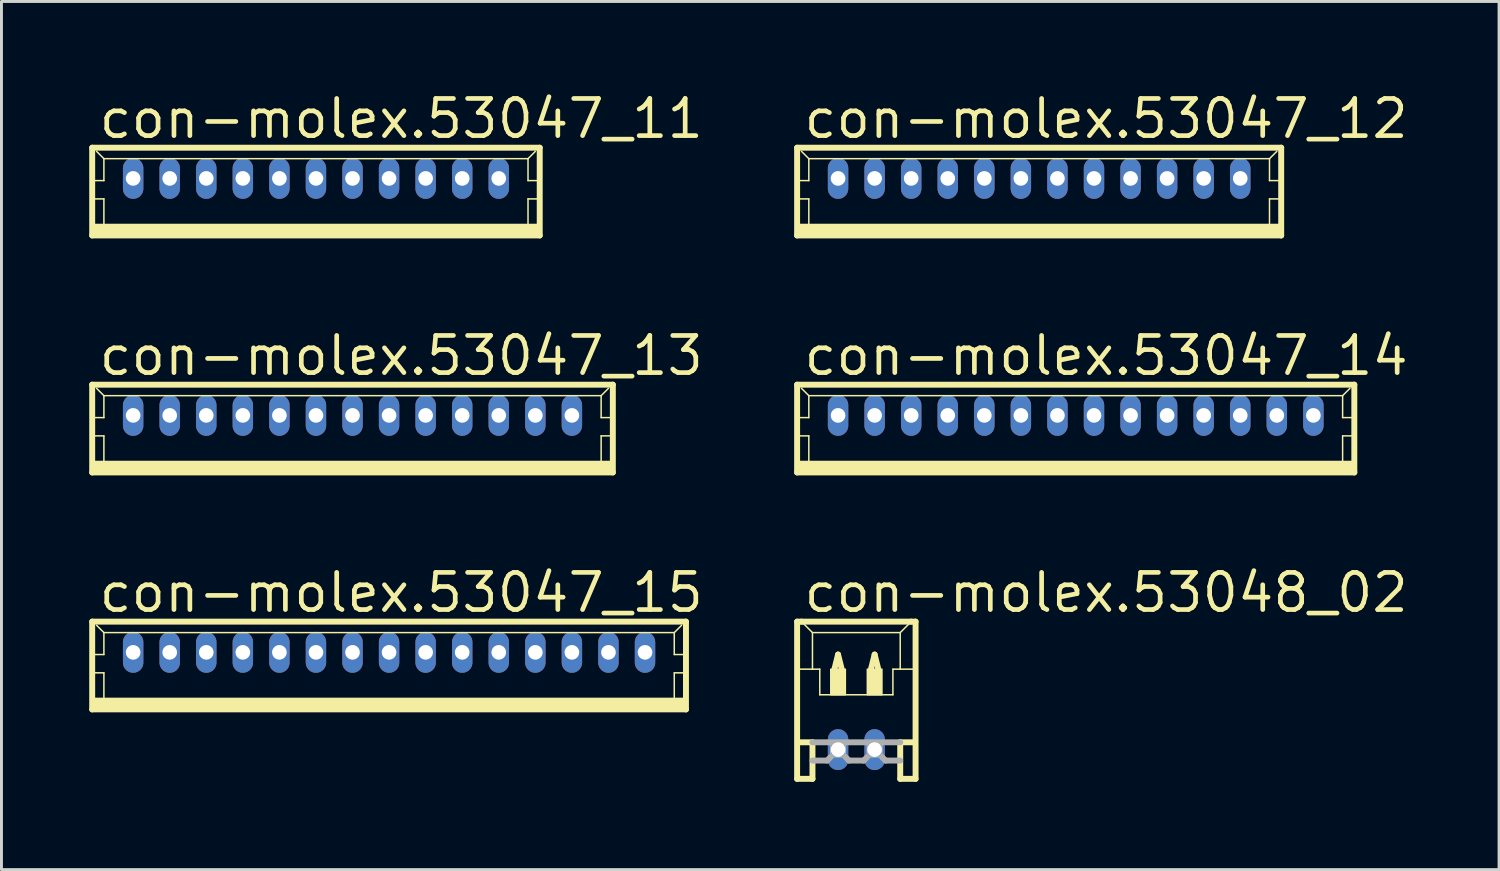
<source format=kicad_pcb>
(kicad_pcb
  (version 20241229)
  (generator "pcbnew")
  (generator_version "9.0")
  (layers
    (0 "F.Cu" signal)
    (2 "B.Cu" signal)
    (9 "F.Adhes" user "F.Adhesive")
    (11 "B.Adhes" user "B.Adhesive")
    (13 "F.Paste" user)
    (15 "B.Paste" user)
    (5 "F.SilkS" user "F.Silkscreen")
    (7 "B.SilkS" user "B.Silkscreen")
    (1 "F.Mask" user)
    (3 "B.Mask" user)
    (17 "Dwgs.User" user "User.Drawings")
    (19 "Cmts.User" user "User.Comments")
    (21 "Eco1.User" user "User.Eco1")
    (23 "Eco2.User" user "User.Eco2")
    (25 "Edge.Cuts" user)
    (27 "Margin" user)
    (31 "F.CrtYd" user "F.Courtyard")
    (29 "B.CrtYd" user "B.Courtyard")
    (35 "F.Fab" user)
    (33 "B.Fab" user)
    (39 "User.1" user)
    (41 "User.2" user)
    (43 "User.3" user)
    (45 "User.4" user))
  (footprint "con-molex.53047_13"
    (layer "F.Cu")
    (at 9.002 11.602)
    (property "Reference" "con-molex.53047_13" (at -8.75 -1.75 0) (layer "F.SilkS") (effects (font (size 1.27 1.27) (thickness 0.16)) (justify left bottom)))
    (attr through_hole)
    (fp_line (start -8.9 -1.5) (end -8.9 1.5) (stroke (width 0.203) (type default)) (layer "F.SilkS"))
    (fp_line (start -8.9 1.5) (end 8.9 1.5) (stroke (width 0.203) (type default)) (layer "F.SilkS"))
    (fp_line (start -8.875 -0.375) (end -8.5 -0.375) (stroke (width 0.051) (type default)) (layer "F.SilkS"))
    (fp_line (start -8.875 0.25) (end -8.5 0.25) (stroke (width 0.051) (type default)) (layer "F.SilkS"))
    (fp_line (start -8.5 -1.125) (end -8.75 -1.375) (stroke (width 0.051) (type default)) (layer "F.SilkS"))
    (fp_line (start -8.5 -1.125) (end 8.5 -1.125) (stroke (width 0.051) (type default)) (layer "F.SilkS"))
    (fp_line (start -8.5 -0.375) (end -8.5 -1.125) (stroke (width 0.051) (type default)) (layer "F.SilkS"))
    (fp_line (start -8.5 0.25) (end -8.5 1.25) (stroke (width 0.051) (type default)) (layer "F.SilkS"))
    (fp_line (start 8.5 -1.125) (end 8.5 -0.375) (stroke (width 0.051) (type default)) (layer "F.SilkS"))
    (fp_line (start 8.5 -1.125) (end 8.75 -1.375) (stroke (width 0.051) (type default)) (layer "F.SilkS"))
    (fp_line (start 8.5 -0.375) (end 8.875 -0.375) (stroke (width 0.051) (type default)) (layer "F.SilkS"))
    (fp_line (start 8.5 0.25) (end 8.5 1.25) (stroke (width 0.051) (type default)) (layer "F.SilkS"))
    (fp_line (start 8.5 0.25) (end 8.875 0.25) (stroke (width 0.051) (type default)) (layer "F.SilkS"))
    (fp_line (start 8.9 -1.5) (end -8.9 -1.5) (stroke (width 0.203) (type default)) (layer "F.SilkS"))
    (fp_line (start 8.9 1.5) (end 8.9 -1.5) (stroke (width 0.203) (type default)) (layer "F.SilkS"))
    (fp_rect (start -8.875 1.5) (end 8.875 1.125) (stroke (width 0.05) (type default)) (fill yes) (layer "F.SilkS"))
    (pad "1" thru_hole oval (at 7.5 -0.45 90) (size 1.397 0.698) (drill 0.5) (layers "*.Cu" "*.Mask"))
    (pad "2" thru_hole oval (at 6.25 -0.45 90) (size 1.397 0.698) (drill 0.5) (layers "*.Cu" "*.Mask"))
    (pad "3" thru_hole oval (at 5 -0.45 90) (size 1.397 0.698) (drill 0.5) (layers "*.Cu" "*.Mask"))
    (pad "4" thru_hole oval (at 3.75 -0.45 90) (size 1.397 0.698) (drill 0.5) (layers "*.Cu" "*.Mask"))
    (pad "5" thru_hole oval (at 2.5 -0.45 90) (size 1.397 0.698) (drill 0.5) (layers "*.Cu" "*.Mask"))
    (pad "6" thru_hole oval (at 1.25 -0.45 90) (size 1.397 0.698) (drill 0.5) (layers "*.Cu" "*.Mask"))
    (pad "7" thru_hole oval (at 0 -0.45 90) (size 1.397 0.698) (drill 0.5) (layers "*.Cu" "*.Mask"))
    (pad "8" thru_hole oval (at -1.25 -0.45 90) (size 1.397 0.698) (drill 0.5) (layers "*.Cu" "*.Mask"))
    (pad "9" thru_hole oval (at -2.5 -0.45 90) (size 1.397 0.698) (drill 0.5) (layers "*.Cu" "*.Mask"))
    (pad "10" thru_hole oval (at -3.75 -0.45 90) (size 1.397 0.698) (drill 0.5) (layers "*.Cu" "*.Mask"))
    (pad "11" thru_hole oval (at -5 -0.45 90) (size 1.397 0.698) (drill 0.5) (layers "*.Cu" "*.Mask"))
    (pad "12" thru_hole oval (at -6.25 -0.45 90) (size 1.397 0.698) (drill 0.5) (layers "*.Cu" "*.Mask"))
    (pad "13" thru_hole oval (at -7.5 -0.45 90) (size 1.397 0.698) (drill 0.5) (layers "*.Cu" "*.Mask")))
  (footprint "con-molex.53047_12"
    (layer "F.Cu")
    (at 32.477 3.5)
    (property "Reference" "con-molex.53047_12" (at -8.125 -1.75 0) (layer "F.SilkS") (effects (font (size 1.27 1.27) (thickness 0.16)) (justify left bottom)))
    (attr through_hole)
    (fp_line (start -8.275 -1.5) (end -8.275 1.5) (stroke (width 0.203) (type default)) (layer "F.SilkS"))
    (fp_line (start -8.275 1.5) (end 8.275 1.5) (stroke (width 0.203) (type default)) (layer "F.SilkS"))
    (fp_line (start -8.25 -0.375) (end -7.875 -0.375) (stroke (width 0.051) (type default)) (layer "F.SilkS"))
    (fp_line (start -8.25 0.25) (end -7.875 0.25) (stroke (width 0.051) (type default)) (layer "F.SilkS"))
    (fp_line (start -7.875 -1.125) (end -8.125 -1.375) (stroke (width 0.051) (type default)) (layer "F.SilkS"))
    (fp_line (start -7.875 -1.125) (end 7.875 -1.125) (stroke (width 0.051) (type default)) (layer "F.SilkS"))
    (fp_line (start -7.875 -0.375) (end -7.875 -1.125) (stroke (width 0.051) (type default)) (layer "F.SilkS"))
    (fp_line (start -7.875 0.25) (end -7.875 1.25) (stroke (width 0.051) (type default)) (layer "F.SilkS"))
    (fp_line (start 7.875 -1.125) (end 7.875 -0.375) (stroke (width 0.051) (type default)) (layer "F.SilkS"))
    (fp_line (start 7.875 -1.125) (end 8.125 -1.375) (stroke (width 0.051) (type default)) (layer "F.SilkS"))
    (fp_line (start 7.875 -0.375) (end 8.25 -0.375) (stroke (width 0.051) (type default)) (layer "F.SilkS"))
    (fp_line (start 7.875 0.25) (end 7.875 1.25) (stroke (width 0.051) (type default)) (layer "F.SilkS"))
    (fp_line (start 7.875 0.25) (end 8.25 0.25) (stroke (width 0.051) (type default)) (layer "F.SilkS"))
    (fp_line (start 8.275 -1.5) (end -8.275 -1.5) (stroke (width 0.203) (type default)) (layer "F.SilkS"))
    (fp_line (start 8.275 1.5) (end 8.275 -1.5) (stroke (width 0.203) (type default)) (layer "F.SilkS"))
    (fp_rect (start -8.25 1.5) (end 8.25 1.125) (stroke (width 0.05) (type default)) (fill yes) (layer "F.SilkS"))
    (pad "1" thru_hole oval (at 6.875 -0.45 90) (size 1.397 0.698) (drill 0.5) (layers "*.Cu" "*.Mask"))
    (pad "2" thru_hole oval (at 5.625 -0.45 90) (size 1.397 0.698) (drill 0.5) (layers "*.Cu" "*.Mask"))
    (pad "3" thru_hole oval (at 4.375 -0.45 90) (size 1.397 0.698) (drill 0.5) (layers "*.Cu" "*.Mask"))
    (pad "4" thru_hole oval (at 3.125 -0.45 90) (size 1.397 0.698) (drill 0.5) (layers "*.Cu" "*.Mask"))
    (pad "5" thru_hole oval (at 1.875 -0.45 90) (size 1.397 0.698) (drill 0.5) (layers "*.Cu" "*.Mask"))
    (pad "6" thru_hole oval (at 0.625 -0.45 90) (size 1.397 0.698) (drill 0.5) (layers "*.Cu" "*.Mask"))
    (pad "7" thru_hole oval (at -0.625 -0.45 90) (size 1.397 0.698) (drill 0.5) (layers "*.Cu" "*.Mask"))
    (pad "8" thru_hole oval (at -1.875 -0.45 90) (size 1.397 0.698) (drill 0.5) (layers "*.Cu" "*.Mask"))
    (pad "9" thru_hole oval (at -3.125 -0.45 90) (size 1.397 0.698) (drill 0.5) (layers "*.Cu" "*.Mask"))
    (pad "10" thru_hole oval (at -4.375 -0.45 90) (size 1.397 0.698) (drill 0.5) (layers "*.Cu" "*.Mask"))
    (pad "11" thru_hole oval (at -5.625 -0.45 90) (size 1.397 0.698) (drill 0.5) (layers "*.Cu" "*.Mask"))
    (pad "12" thru_hole oval (at -6.875 -0.45 90) (size 1.397 0.698) (drill 0.5) (layers "*.Cu" "*.Mask")))
  (footprint "con-molex.53047_14"
    (layer "F.Cu")
    (at 33.727 11.602)
    (property "Reference" "con-molex.53047_14" (at -9.375 -1.75 0) (layer "F.SilkS") (effects (font (size 1.27 1.27) (thickness 0.16)) (justify left bottom)))
    (attr through_hole)
    (fp_line (start -9.525 -1.5) (end -9.525 1.5) (stroke (width 0.203) (type default)) (layer "F.SilkS"))
    (fp_line (start -9.525 1.5) (end 9.525 1.5) (stroke (width 0.203) (type default)) (layer "F.SilkS"))
    (fp_line (start -9.5 -0.375) (end -9.125 -0.375) (stroke (width 0.051) (type default)) (layer "F.SilkS"))
    (fp_line (start -9.5 0.25) (end -9.125 0.25) (stroke (width 0.051) (type default)) (layer "F.SilkS"))
    (fp_line (start -9.125 -1.125) (end -9.375 -1.375) (stroke (width 0.051) (type default)) (layer "F.SilkS"))
    (fp_line (start -9.125 -1.125) (end 9.125 -1.125) (stroke (width 0.051) (type default)) (layer "F.SilkS"))
    (fp_line (start -9.125 -0.375) (end -9.125 -1.125) (stroke (width 0.051) (type default)) (layer "F.SilkS"))
    (fp_line (start -9.125 0.25) (end -9.125 1.25) (stroke (width 0.051) (type default)) (layer "F.SilkS"))
    (fp_line (start 9.125 -1.125) (end 9.125 -0.375) (stroke (width 0.051) (type default)) (layer "F.SilkS"))
    (fp_line (start 9.125 -1.125) (end 9.375 -1.375) (stroke (width 0.051) (type default)) (layer "F.SilkS"))
    (fp_line (start 9.125 -0.375) (end 9.5 -0.375) (stroke (width 0.051) (type default)) (layer "F.SilkS"))
    (fp_line (start 9.125 0.25) (end 9.125 1.25) (stroke (width 0.051) (type default)) (layer "F.SilkS"))
    (fp_line (start 9.125 0.25) (end 9.5 0.25) (stroke (width 0.051) (type default)) (layer "F.SilkS"))
    (fp_line (start 9.525 -1.5) (end -9.525 -1.5) (stroke (width 0.203) (type default)) (layer "F.SilkS"))
    (fp_line (start 9.525 1.5) (end 9.525 -1.5) (stroke (width 0.203) (type default)) (layer "F.SilkS"))
    (fp_rect (start -9.5 1.5) (end 9.5 1.125) (stroke (width 0.05) (type default)) (fill yes) (layer "F.SilkS"))
    (pad "1" thru_hole oval (at 8.125 -0.45 90) (size 1.397 0.698) (drill 0.5) (layers "*.Cu" "*.Mask"))
    (pad "2" thru_hole oval (at 6.875 -0.45 90) (size 1.397 0.698) (drill 0.5) (layers "*.Cu" "*.Mask"))
    (pad "3" thru_hole oval (at 5.625 -0.45 90) (size 1.397 0.698) (drill 0.5) (layers "*.Cu" "*.Mask"))
    (pad "4" thru_hole oval (at 4.375 -0.45 90) (size 1.397 0.698) (drill 0.5) (layers "*.Cu" "*.Mask"))
    (pad "5" thru_hole oval (at 3.125 -0.45 90) (size 1.397 0.698) (drill 0.5) (layers "*.Cu" "*.Mask"))
    (pad "6" thru_hole oval (at 1.875 -0.45 90) (size 1.397 0.698) (drill 0.5) (layers "*.Cu" "*.Mask"))
    (pad "7" thru_hole oval (at 0.625 -0.45 90) (size 1.397 0.698) (drill 0.5) (layers "*.Cu" "*.Mask"))
    (pad "8" thru_hole oval (at -0.625 -0.45 90) (size 1.397 0.698) (drill 0.5) (layers "*.Cu" "*.Mask"))
    (pad "9" thru_hole oval (at -1.875 -0.45 90) (size 1.397 0.698) (drill 0.5) (layers "*.Cu" "*.Mask"))
    (pad "10" thru_hole oval (at -3.125 -0.45 90) (size 1.397 0.698) (drill 0.5) (layers "*.Cu" "*.Mask"))
    (pad "11" thru_hole oval (at -4.375 -0.45 90) (size 1.397 0.698) (drill 0.5) (layers "*.Cu" "*.Mask"))
    (pad "12" thru_hole oval (at -5.625 -0.45 90) (size 1.397 0.698) (drill 0.5) (layers "*.Cu" "*.Mask"))
    (pad "13" thru_hole oval (at -6.875 -0.45 90) (size 1.397 0.698) (drill 0.5) (layers "*.Cu" "*.Mask"))
    (pad "14" thru_hole oval (at -8.125 -0.45 90) (size 1.397 0.698) (drill 0.5) (layers "*.Cu" "*.Mask")))
  (footprint "con-molex.53047_15"
    (layer "F.Cu")
    (at 10.252 19.703)
    (property "Reference" "con-molex.53047_15" (at -10 -1.75 0) (layer "F.SilkS") (effects (font (size 1.27 1.27) (thickness 0.16)) (justify left bottom)))
    (attr through_hole)
    (fp_line (start -10.15 -1.5) (end -10.15 1.5) (stroke (width 0.203) (type default)) (layer "F.SilkS"))
    (fp_line (start -10.15 1.5) (end 10.15 1.5) (stroke (width 0.203) (type default)) (layer "F.SilkS"))
    (fp_line (start -10.125 -0.375) (end -9.75 -0.375) (stroke (width 0.051) (type default)) (layer "F.SilkS"))
    (fp_line (start -10.125 0.25) (end -9.75 0.25) (stroke (width 0.051) (type default)) (layer "F.SilkS"))
    (fp_line (start -9.75 -1.125) (end -10 -1.375) (stroke (width 0.051) (type default)) (layer "F.SilkS"))
    (fp_line (start -9.75 -1.125) (end 9.75 -1.125) (stroke (width 0.051) (type default)) (layer "F.SilkS"))
    (fp_line (start -9.75 -0.375) (end -9.75 -1.125) (stroke (width 0.051) (type default)) (layer "F.SilkS"))
    (fp_line (start -9.75 0.25) (end -9.75 1.25) (stroke (width 0.051) (type default)) (layer "F.SilkS"))
    (fp_line (start 9.75 -1.125) (end 9.75 -0.375) (stroke (width 0.051) (type default)) (layer "F.SilkS"))
    (fp_line (start 9.75 -1.125) (end 10 -1.375) (stroke (width 0.051) (type default)) (layer "F.SilkS"))
    (fp_line (start 9.75 -0.375) (end 10.125 -0.375) (stroke (width 0.051) (type default)) (layer "F.SilkS"))
    (fp_line (start 9.75 0.25) (end 9.75 1.25) (stroke (width 0.051) (type default)) (layer "F.SilkS"))
    (fp_line (start 9.75 0.25) (end 10.125 0.25) (stroke (width 0.051) (type default)) (layer "F.SilkS"))
    (fp_line (start 10.15 -1.5) (end -10.15 -1.5) (stroke (width 0.203) (type default)) (layer "F.SilkS"))
    (fp_line (start 10.15 1.5) (end 10.15 -1.5) (stroke (width 0.203) (type default)) (layer "F.SilkS"))
    (fp_rect (start -10.125 1.5) (end 10.125 1.125) (stroke (width 0.05) (type default)) (fill yes) (layer "F.SilkS"))
    (pad "1" thru_hole oval (at 8.75 -0.45 90) (size 1.397 0.698) (drill 0.5) (layers "*.Cu" "*.Mask"))
    (pad "2" thru_hole oval (at 7.5 -0.45 90) (size 1.397 0.698) (drill 0.5) (layers "*.Cu" "*.Mask"))
    (pad "3" thru_hole oval (at 6.25 -0.45 90) (size 1.397 0.698) (drill 0.5) (layers "*.Cu" "*.Mask"))
    (pad "4" thru_hole oval (at 5 -0.45 90) (size 1.397 0.698) (drill 0.5) (layers "*.Cu" "*.Mask"))
    (pad "5" thru_hole oval (at 3.75 -0.45 90) (size 1.397 0.698) (drill 0.5) (layers "*.Cu" "*.Mask"))
    (pad "6" thru_hole oval (at 2.5 -0.45 90) (size 1.397 0.698) (drill 0.5) (layers "*.Cu" "*.Mask"))
    (pad "7" thru_hole oval (at 1.25 -0.45 90) (size 1.397 0.698) (drill 0.5) (layers "*.Cu" "*.Mask"))
    (pad "8" thru_hole oval (at 0 -0.45 90) (size 1.397 0.698) (drill 0.5) (layers "*.Cu" "*.Mask"))
    (pad "9" thru_hole oval (at -1.25 -0.45 90) (size 1.397 0.698) (drill 0.5) (layers "*.Cu" "*.Mask"))
    (pad "10" thru_hole oval (at -2.5 -0.45 90) (size 1.397 0.698) (drill 0.5) (layers "*.Cu" "*.Mask"))
    (pad "11" thru_hole oval (at -3.75 -0.45 90) (size 1.397 0.698) (drill 0.5) (layers "*.Cu" "*.Mask"))
    (pad "12" thru_hole oval (at -5 -0.45 90) (size 1.397 0.698) (drill 0.5) (layers "*.Cu" "*.Mask"))
    (pad "13" thru_hole oval (at -6.25 -0.45 90) (size 1.397 0.698) (drill 0.5) (layers "*.Cu" "*.Mask"))
    (pad "14" thru_hole oval (at -7.5 -0.45 90) (size 1.397 0.698) (drill 0.5) (layers "*.Cu" "*.Mask"))
    (pad "15" thru_hole oval (at -8.75 -0.45 90) (size 1.397 0.698) (drill 0.5) (layers "*.Cu" "*.Mask")))
  (footprint "con-molex.53047_11"
    (layer "F.Cu")
    (at 7.752 3.5)
    (property "Reference" "con-molex.53047_11" (at -7.5 -1.75 0) (layer "F.SilkS") (effects (font (size 1.27 1.27) (thickness 0.16)) (justify left bottom)))
    (attr through_hole)
    (fp_line (start -7.65 -1.5) (end -7.65 1.5) (stroke (width 0.203) (type default)) (layer "F.SilkS"))
    (fp_line (start -7.65 1.5) (end 7.65 1.5) (stroke (width 0.203) (type default)) (layer "F.SilkS"))
    (fp_line (start -7.625 -0.375) (end -7.25 -0.375) (stroke (width 0.051) (type default)) (layer "F.SilkS"))
    (fp_line (start -7.625 0.25) (end -7.25 0.25) (stroke (width 0.051) (type default)) (layer "F.SilkS"))
    (fp_line (start -7.25 -1.125) (end -7.5 -1.375) (stroke (width 0.051) (type default)) (layer "F.SilkS"))
    (fp_line (start -7.25 -1.125) (end 7.25 -1.125) (stroke (width 0.051) (type default)) (layer "F.SilkS"))
    (fp_line (start -7.25 -0.375) (end -7.25 -1.125) (stroke (width 0.051) (type default)) (layer "F.SilkS"))
    (fp_line (start -7.25 0.25) (end -7.25 1.25) (stroke (width 0.051) (type default)) (layer "F.SilkS"))
    (fp_line (start 7.25 -1.125) (end 7.25 -0.375) (stroke (width 0.051) (type default)) (layer "F.SilkS"))
    (fp_line (start 7.25 -1.125) (end 7.5 -1.375) (stroke (width 0.051) (type default)) (layer "F.SilkS"))
    (fp_line (start 7.25 -0.375) (end 7.625 -0.375) (stroke (width 0.051) (type default)) (layer "F.SilkS"))
    (fp_line (start 7.25 0.25) (end 7.25 1.25) (stroke (width 0.051) (type default)) (layer "F.SilkS"))
    (fp_line (start 7.25 0.25) (end 7.625 0.25) (stroke (width 0.051) (type default)) (layer "F.SilkS"))
    (fp_line (start 7.65 -1.5) (end -7.65 -1.5) (stroke (width 0.203) (type default)) (layer "F.SilkS"))
    (fp_line (start 7.65 1.5) (end 7.65 -1.5) (stroke (width 0.203) (type default)) (layer "F.SilkS"))
    (fp_rect (start -7.625 1.5) (end 7.625 1.125) (stroke (width 0.05) (type default)) (fill yes) (layer "F.SilkS"))
    (pad "1" thru_hole oval (at 6.25 -0.45 90) (size 1.397 0.698) (drill 0.5) (layers "*.Cu" "*.Mask"))
    (pad "2" thru_hole oval (at 5 -0.45 90) (size 1.397 0.698) (drill 0.5) (layers "*.Cu" "*.Mask"))
    (pad "3" thru_hole oval (at 3.75 -0.45 90) (size 1.397 0.698) (drill 0.5) (layers "*.Cu" "*.Mask"))
    (pad "4" thru_hole oval (at 2.5 -0.45 90) (size 1.397 0.698) (drill 0.5) (layers "*.Cu" "*.Mask"))
    (pad "5" thru_hole oval (at 1.25 -0.45 90) (size 1.397 0.698) (drill 0.5) (layers "*.Cu" "*.Mask"))
    (pad "6" thru_hole oval (at 0 -0.45 90) (size 1.397 0.698) (drill 0.5) (layers "*.Cu" "*.Mask"))
    (pad "7" thru_hole oval (at -1.25 -0.45 90) (size 1.397 0.698) (drill 0.5) (layers "*.Cu" "*.Mask"))
    (pad "8" thru_hole oval (at -2.5 -0.45 90) (size 1.397 0.698) (drill 0.5) (layers "*.Cu" "*.Mask"))
    (pad "9" thru_hole oval (at -3.75 -0.45 90) (size 1.397 0.698) (drill 0.5) (layers "*.Cu" "*.Mask"))
    (pad "10" thru_hole oval (at -5 -0.45 90) (size 1.397 0.698) (drill 0.5) (layers "*.Cu" "*.Mask"))
    (pad "11" thru_hole oval (at -6.25 -0.45 90) (size 1.397 0.698) (drill 0.5) (layers "*.Cu" "*.Mask")))
  (footprint "con-molex.53048_02"
    (layer "F.Cu")
    (at 26.227 21.328)
    (property "Reference" "con-molex.53048_02" (at -1.875 -3.375 0) (layer "F.SilkS") (effects (font (size 1.27 1.27) (thickness 0.16)) (justify left bottom)))
    (attr through_hole)
    (fp_line (start -2.025 -3.125) (end -2.025 2.25) (stroke (width 0.203) (type default)) (layer "F.SilkS"))
    (fp_line (start -2.025 2.25) (end -1.5 2.25) (stroke (width 0.203) (type default)) (layer "F.SilkS"))
    (fp_line (start -2 -1.5) (end -1.5 -1.5) (stroke (width 0.051) (type default)) (layer "F.SilkS"))
    (fp_line (start -2 1) (end -1.5 1) (stroke (width 0.203) (type default)) (layer "F.SilkS"))
    (fp_line (start -1.875 -3.125) (end -2.025 -3.125) (stroke (width 0.203) (type default)) (layer "F.SilkS"))
    (fp_line (start -1.5 -2.75) (end -1.875 -3.125) (stroke (width 0.051) (type default)) (layer "F.SilkS"))
    (fp_line (start -1.5 -2.75) (end 1.5 -2.75) (stroke (width 0.051) (type default)) (layer "F.SilkS"))
    (fp_line (start -1.5 -1.5) (end -1.5 -2.75) (stroke (width 0.051) (type default)) (layer "F.SilkS"))
    (fp_line (start -1.5 -1.5) (end -1.25 -1.5) (stroke (width 0.051) (type default)) (layer "F.SilkS"))
    (fp_line (start -1.5 1) (end -1.5 2.25) (stroke (width 0.203) (type default)) (layer "F.SilkS"))
    (fp_line (start -1.25 -1.5) (end -1.25 -0.625) (stroke (width 0.051) (type default)) (layer "F.SilkS"))
    (fp_line (start -1.25 -0.625) (end 1.25 -0.625) (stroke (width 0.051) (type default)) (layer "F.SilkS"))
    (fp_line (start -0.75 -1.5) (end -0.625 -2) (stroke (width 0.203) (type default)) (layer "F.SilkS"))
    (fp_line (start -0.625 -2) (end -0.5 -1.5) (stroke (width 0.203) (type default)) (layer "F.SilkS"))
    (fp_line (start 0.5 -1.5) (end 0.625 -2) (stroke (width 0.203) (type default)) (layer "F.SilkS"))
    (fp_line (start 0.625 -2) (end 0.75 -1.5) (stroke (width 0.203) (type default)) (layer "F.SilkS"))
    (fp_line (start 1.25 -1.5) (end 1.25 -0.625) (stroke (width 0.051) (type default)) (layer "F.SilkS"))
    (fp_line (start 1.25 -1.5) (end 1.5 -1.5) (stroke (width 0.051) (type default)) (layer "F.SilkS"))
    (fp_line (start 1.5 -2.75) (end 1.5 -1.5) (stroke (width 0.051) (type default)) (layer "F.SilkS"))
    (fp_line (start 1.5 -2.75) (end 1.875 -3.125) (stroke (width 0.051) (type default)) (layer "F.SilkS"))
    (fp_line (start 1.5 -1.5) (end 2 -1.5) (stroke (width 0.051) (type default)) (layer "F.SilkS"))
    (fp_line (start 1.5 1) (end 1.5 2.25) (stroke (width 0.203) (type default)) (layer "F.SilkS"))
    (fp_line (start 1.5 1) (end 2 1) (stroke (width 0.203) (type default)) (layer "F.SilkS"))
    (fp_line (start 1.5 2.25) (end 2.025 2.25) (stroke (width 0.203) (type default)) (layer "F.SilkS"))
    (fp_line (start 1.875 -3.125) (end -1.875 -3.125) (stroke (width 0.203) (type default)) (layer "F.SilkS"))
    (fp_line (start 2.025 -3.125) (end 1.875 -3.125) (stroke (width 0.203) (type default)) (layer "F.SilkS"))
    (fp_line (start 2.025 2.25) (end 2.025 -3.125) (stroke (width 0.203) (type default)) (layer "F.SilkS"))
    (fp_rect (start -0.875 -0.625) (end -0.375 -1.5) (stroke (width 0.05) (type default)) (fill yes) (layer "F.SilkS"))
    (fp_rect (start 0.375 -0.625) (end 0.875 -1.5) (stroke (width 0.05) (type default)) (fill yes) (layer "F.SilkS"))
    (fp_line (start -1.5 1) (end 1.5 1) (stroke (width 0.203) (type default)) (layer "F.Fab"))
    (fp_line (start -1 1.625) (end -1.5 1.625) (stroke (width 0.203) (type default)) (layer "F.Fab"))
    (fp_line (start -0.875 1.5) (end -1 1.625) (stroke (width 0.203) (type default)) (layer "F.Fab"))
    (fp_line (start -0.375 1.5) (end -0.25 1.625) (stroke (width 0.203) (type default)) (layer "F.Fab"))
    (fp_line (start 0.25 1.625) (end -0.25 1.625) (stroke (width 0.203) (type default)) (layer "F.Fab"))
    (fp_line (start 0.375 1.5) (end 0.25 1.625) (stroke (width 0.203) (type default)) (layer "F.Fab"))
    (fp_line (start 0.875 1.5) (end 1 1.625) (stroke (width 0.203) (type default)) (layer "F.Fab"))
    (fp_line (start 1.5 1.625) (end 1 1.625) (stroke (width 0.203) (type default)) (layer "F.Fab"))
    (fp_rect (start -0.875 1.5) (end -0.375 1) (stroke (width 0.05) (type default)) (fill no) (layer "F.Fab"))
    (fp_rect (start 0.375 1.5) (end 0.875 1) (stroke (width 0.05) (type default)) (fill no) (layer "F.Fab"))
    (pad "1" thru_hole oval (at 0.625 1.25 90) (size 1.397 0.698) (drill 0.5) (layers "*.Cu" "*.Mask"))
    (pad "2" thru_hole oval (at -0.625 1.25 90) (size 1.397 0.698) (drill 0.5) (layers "*.Cu" "*.Mask")))
  (gr_rect
    (start -3 -3)
    (end 48.2 26.68)
    (stroke (width 0.1) (type default))
    (fill no)
    (layer "Edge.Cuts")))
</source>
